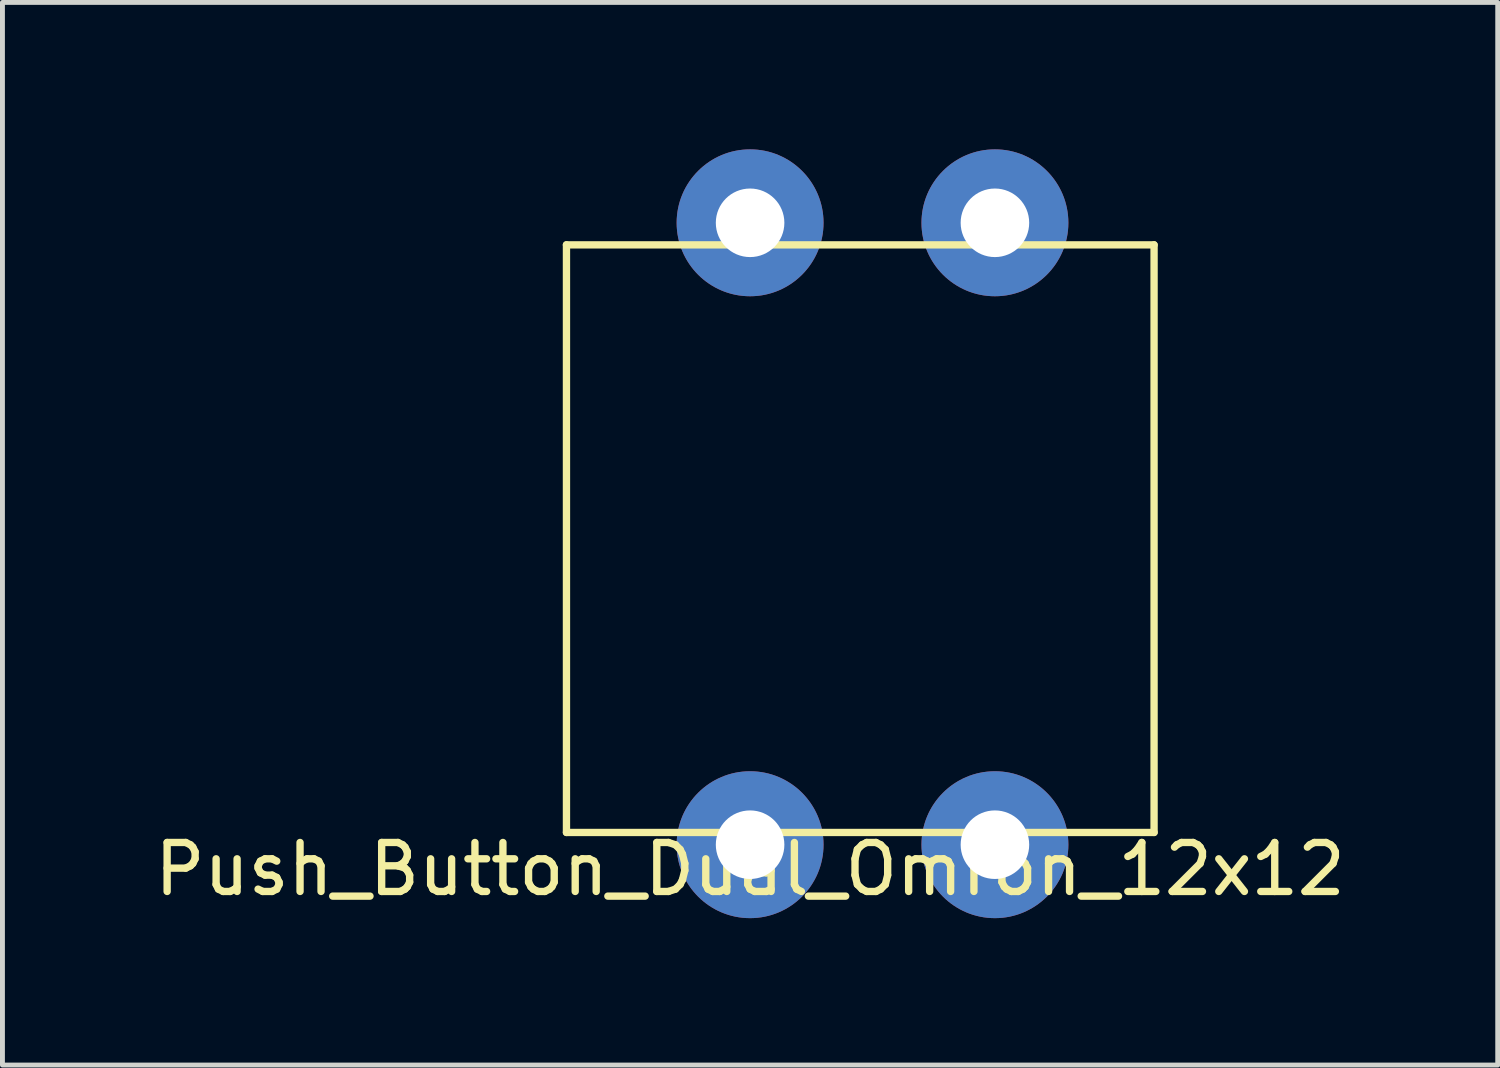
<source format=kicad_pcb>
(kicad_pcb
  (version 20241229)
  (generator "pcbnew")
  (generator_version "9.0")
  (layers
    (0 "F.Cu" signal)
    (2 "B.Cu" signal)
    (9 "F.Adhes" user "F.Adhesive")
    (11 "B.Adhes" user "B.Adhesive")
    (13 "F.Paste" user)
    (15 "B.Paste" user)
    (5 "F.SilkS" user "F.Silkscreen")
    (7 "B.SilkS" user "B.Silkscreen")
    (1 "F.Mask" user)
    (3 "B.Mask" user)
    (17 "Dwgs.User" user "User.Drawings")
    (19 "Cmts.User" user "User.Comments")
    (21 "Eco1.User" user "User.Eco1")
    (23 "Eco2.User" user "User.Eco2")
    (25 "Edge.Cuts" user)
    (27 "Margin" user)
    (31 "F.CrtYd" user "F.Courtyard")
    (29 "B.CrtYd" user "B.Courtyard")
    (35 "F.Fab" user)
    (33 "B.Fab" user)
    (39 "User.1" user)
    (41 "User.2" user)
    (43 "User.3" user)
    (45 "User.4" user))
  (footprint "Push_Button_Dual_Omron_12x12"
    (layer "F.Cu")
    (at 12.268 14.2)
    (property "Reference" "Push_Button_Dual_Omron_12x12" (at 0 0.5 0) (layer "F.SilkS") (effects (font (size 1 1) (thickness 0.15))))
    (attr through_hole)
    (fp_line (start -3.75 -12.25) (end 8.25 -12.25) (stroke (width 0.15) (type solid)) (layer "F.SilkS"))
    (fp_line (start -3.75 -0.25) (end -3.75 -12.25) (stroke (width 0.15) (type solid)) (layer "F.SilkS"))
    (fp_line (start 8.25 -12.25) (end 8.25 -0.25) (stroke (width 0.15) (type solid)) (layer "F.SilkS"))
    (fp_line (start 8.25 -0.25) (end -3.75 -0.25) (stroke (width 0.15) (type solid)) (layer "F.SilkS"))
    (pad "1" thru_hole circle (at 0 0) (size 3 3) (drill 1.4) (layers "*.Cu" "*.Mask"))
    (pad "2" thru_hole circle (at 5 0) (size 3 3) (drill 1.4) (layers "*.Cu" "*.Mask"))
    (pad "3" thru_hole circle (at 0 -12.7) (size 3 3) (drill 1.4) (layers "*.Cu" "*.Mask"))
    (pad "4" thru_hole circle (at 5 -12.7) (size 3 3) (drill 1.4) (layers "*.Cu" "*.Mask")))
  (gr_rect
    (start -3 -3)
    (end 27.536 18.7)
    (stroke (width 0.1) (type default))
    (fill no)
    (layer "Edge.Cuts")))
</source>
